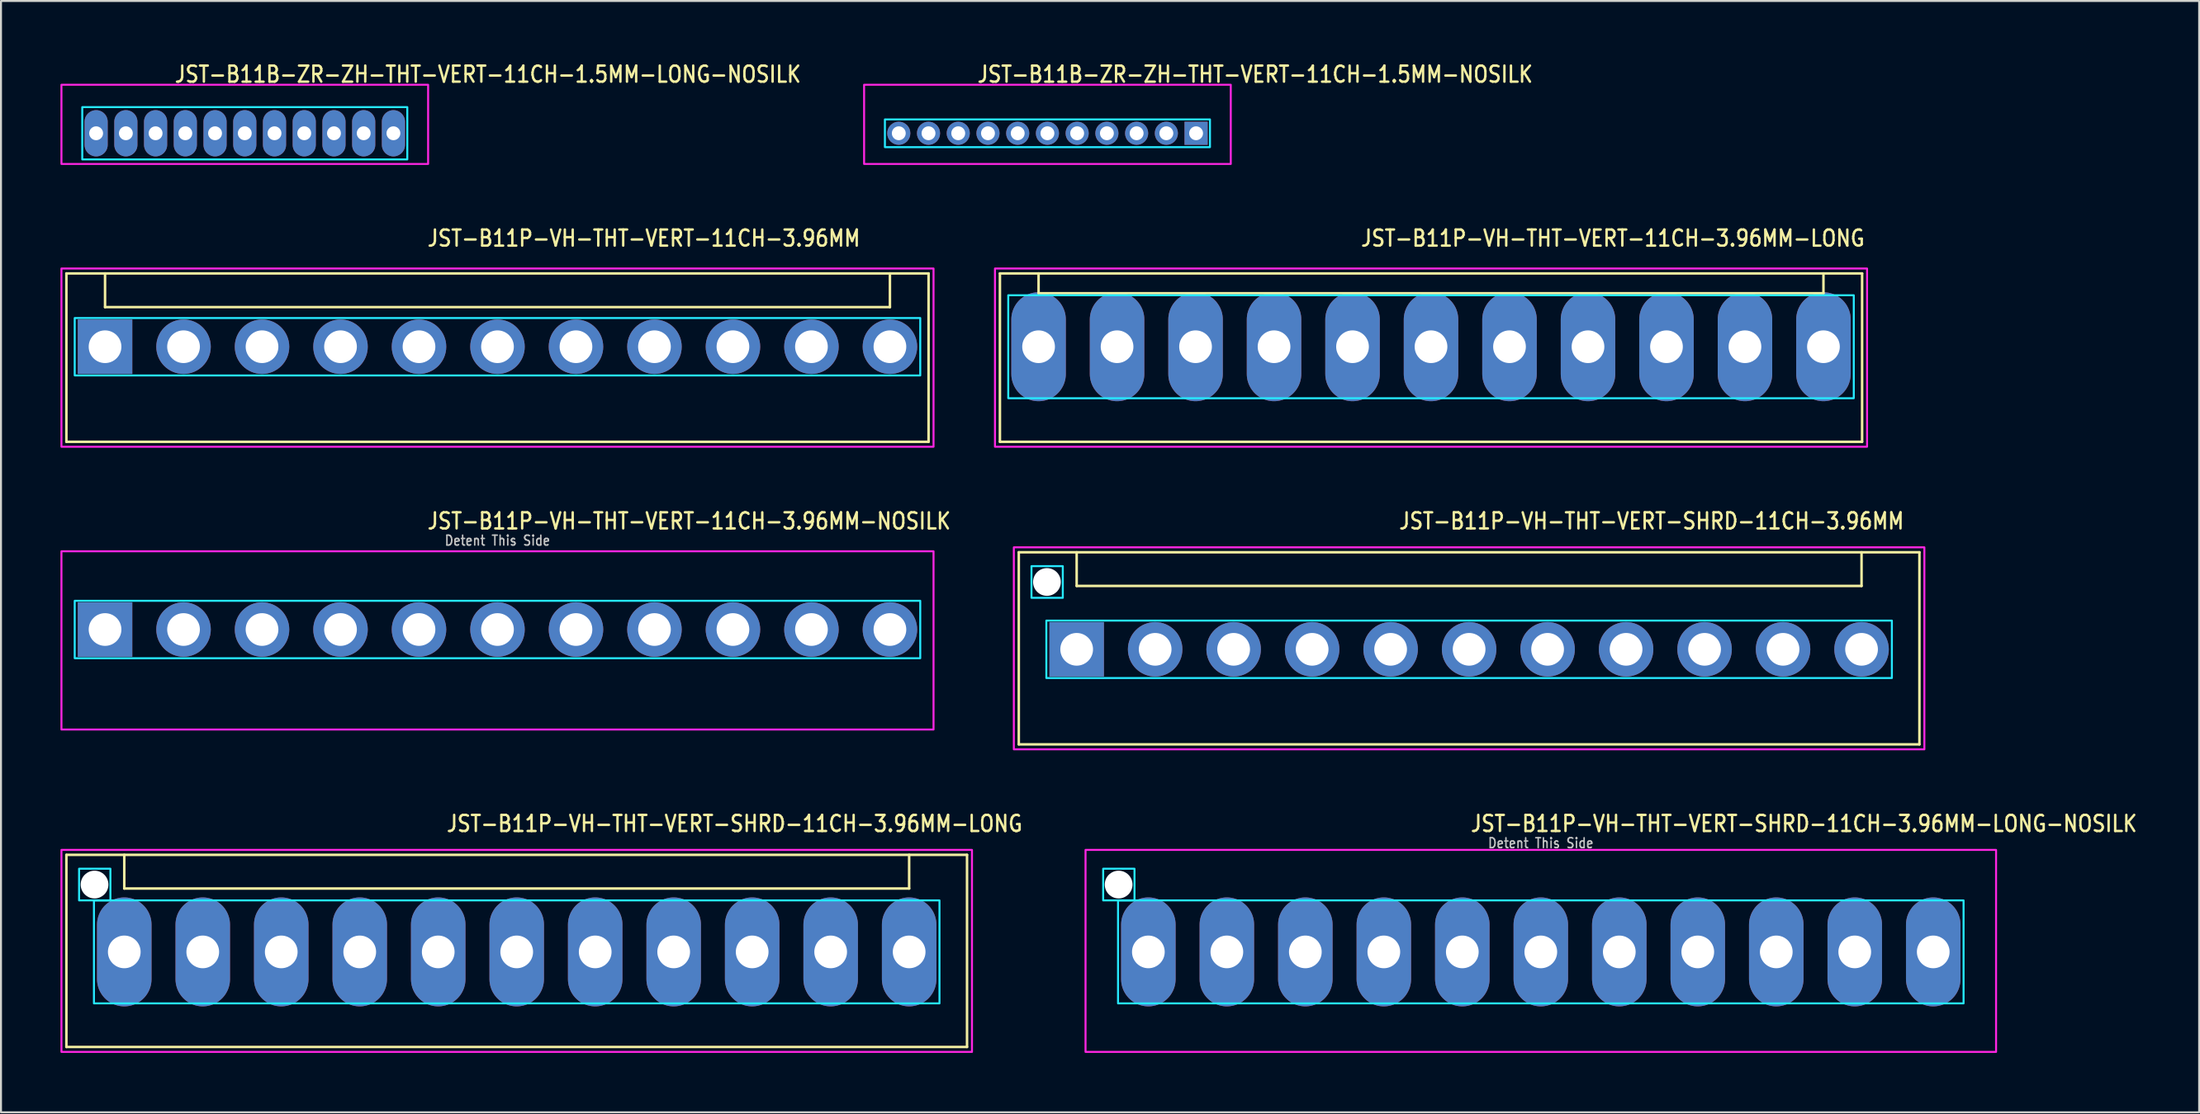
<source format=kicad_pcb>
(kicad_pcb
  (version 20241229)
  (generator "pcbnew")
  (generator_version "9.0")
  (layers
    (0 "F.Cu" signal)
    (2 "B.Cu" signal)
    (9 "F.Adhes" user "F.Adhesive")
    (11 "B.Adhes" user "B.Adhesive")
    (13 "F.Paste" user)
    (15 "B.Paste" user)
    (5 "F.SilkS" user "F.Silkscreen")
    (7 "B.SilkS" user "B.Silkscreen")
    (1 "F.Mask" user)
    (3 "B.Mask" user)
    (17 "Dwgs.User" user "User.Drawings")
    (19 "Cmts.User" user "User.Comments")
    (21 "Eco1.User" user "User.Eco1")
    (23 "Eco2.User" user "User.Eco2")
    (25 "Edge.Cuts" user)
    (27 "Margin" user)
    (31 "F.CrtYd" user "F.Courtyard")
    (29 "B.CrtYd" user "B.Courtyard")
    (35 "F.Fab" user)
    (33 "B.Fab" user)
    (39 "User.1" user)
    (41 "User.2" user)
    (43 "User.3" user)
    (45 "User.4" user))
  (footprint "JST-B11P-VH-THT-VERT-11CH-3.96MM"
    (layer "F.Cu")
    (at 22.05 14.457)
    (property "Reference" "JST-B11P-VH-THT-VERT-11CH-3.96MM" (at -3.6 -5 0) (unlocked yes) (layer "F.SilkS") (effects (font (size 0.813 0.695) (thickness 0.122)) (justify left bottom)))
    (fp_line (start -21.75 -3.7) (end 21.75 -3.7) (stroke (width 0.127) (type solid)) (layer "F.SilkS"))
    (fp_line (start -21.75 4.8) (end -21.75 -3.7) (stroke (width 0.127) (type solid)) (layer "F.SilkS"))
    (fp_line (start -21.75 4.8) (end 21.75 4.8) (stroke (width 0.127) (type solid)) (layer "F.SilkS"))
    (fp_line (start -19.8 -3.7) (end -19.8 -2) (stroke (width 0.127) (type solid)) (layer "F.SilkS"))
    (fp_line (start -19.8 -2) (end 19.8 -2) (stroke (width 0.127) (type solid)) (layer "F.SilkS"))
    (fp_line (start 19.8 -3.7) (end 19.8 -2) (stroke (width 0.127) (type solid)) (layer "F.SilkS"))
    (fp_line (start 21.75 -3.7) (end 21.75 4.8) (stroke (width 0.127) (type solid)) (layer "F.SilkS"))
    (fp_poly (pts (xy -21.33 -1.45) (xy -21.33 1.45) (xy 21.33 1.45) (xy 21.33 -1.45)) (stroke (width 0.1) (type solid)) (fill no) (layer "B.CrtYd"))
    (fp_poly (pts (xy -22 -3.95) (xy -22 5.05) (xy 22 5.05) (xy 22 -3.95)) (stroke (width 0.1) (type solid)) (fill no) (layer "F.CrtYd"))
    (pad "1" thru_hole rect (at -19.8 0) (size 2.75 2.75) (drill 1.65) (layers "*.Cu" "*.Mask"))
    (pad "2" thru_hole oval (at -15.84 0) (size 2.75 2.75) (drill 1.65) (layers "*.Cu" "*.Mask"))
    (pad "3" thru_hole oval (at -11.88 0) (size 2.75 2.75) (drill 1.65) (layers "*.Cu" "*.Mask"))
    (pad "4" thru_hole oval (at -7.92 0) (size 2.75 2.75) (drill 1.65) (layers "*.Cu" "*.Mask"))
    (pad "5" thru_hole oval (at -3.96 0) (size 2.75 2.75) (drill 1.65) (layers "*.Cu" "*.Mask"))
    (pad "6" thru_hole oval (at 0 0) (size 2.75 2.75) (drill 1.65) (layers "*.Cu" "*.Mask"))
    (pad "7" thru_hole oval (at 3.96 0) (size 2.75 2.75) (drill 1.65) (layers "*.Cu" "*.Mask"))
    (pad "8" thru_hole oval (at 7.92 0) (size 2.75 2.75) (drill 1.65) (layers "*.Cu" "*.Mask"))
    (pad "9" thru_hole oval (at 11.88 0) (size 2.75 2.75) (drill 1.65) (layers "*.Cu" "*.Mask"))
    (pad "10" thru_hole oval (at 15.84 0) (size 2.75 2.75) (drill 1.65) (layers "*.Cu" "*.Mask"))
    (pad "11" thru_hole oval (at 19.8 0) (size 2.75 2.75) (drill 1.65) (layers "*.Cu" "*.Mask")))
  (footprint "JST-B11P-VH-THT-VERT-11CH-3.96MM-NOSILK"
    (layer "F.Cu")
    (at 22.05 28.736)
    (property "Reference" "JST-B11P-VH-THT-VERT-11CH-3.96MM-NOSILK" (at -3.6 -5 0) (unlocked yes) (layer "F.SilkS") (effects (font (size 0.813 0.695) (thickness 0.122)) (justify left bottom)))
    (fp_poly (pts (xy -21.33 -1.45) (xy -21.33 1.45) (xy 21.33 1.45) (xy 21.33 -1.45)) (stroke (width 0.1) (type solid)) (fill no) (layer "B.CrtYd"))
    (fp_poly (pts (xy -22 -3.95) (xy -22 5.05) (xy 22 5.05) (xy 22 -3.95)) (stroke (width 0.1) (type solid)) (fill no) (layer "F.CrtYd"))
    (fp_text user "Detent This Side" (at 0 -4.2 0) (unlocked yes) (layer "Dwgs.User") (effects (font (size 0.5 0.427) (thickness 0.075)) (justify bottom)))
    (pad "1" thru_hole rect (at -19.8 0) (size 2.75 2.75) (drill 1.65) (layers "*.Cu" "*.Mask"))
    (pad "2" thru_hole oval (at -15.84 0) (size 2.75 2.75) (drill 1.65) (layers "*.Cu" "*.Mask"))
    (pad "3" thru_hole oval (at -11.88 0) (size 2.75 2.75) (drill 1.65) (layers "*.Cu" "*.Mask"))
    (pad "4" thru_hole oval (at -7.92 0) (size 2.75 2.75) (drill 1.65) (layers "*.Cu" "*.Mask"))
    (pad "5" thru_hole oval (at -3.96 0) (size 2.75 2.75) (drill 1.65) (layers "*.Cu" "*.Mask"))
    (pad "6" thru_hole oval (at 0 0) (size 2.75 2.75) (drill 1.65) (layers "*.Cu" "*.Mask"))
    (pad "7" thru_hole oval (at 3.96 0) (size 2.75 2.75) (drill 1.65) (layers "*.Cu" "*.Mask"))
    (pad "8" thru_hole oval (at 7.92 0) (size 2.75 2.75) (drill 1.65) (layers "*.Cu" "*.Mask"))
    (pad "9" thru_hole oval (at 11.88 0) (size 2.75 2.75) (drill 1.65) (layers "*.Cu" "*.Mask"))
    (pad "10" thru_hole oval (at 15.84 0) (size 2.75 2.75) (drill 1.65) (layers "*.Cu" "*.Mask"))
    (pad "11" thru_hole oval (at 19.8 0) (size 2.75 2.75) (drill 1.65) (layers "*.Cu" "*.Mask")))
  (footprint "JST-B11B-ZR-ZH-THT-VERT-11CH-1.5MM-LONG-NOSILK"
    (layer "F.Cu")
    (at 9.3 3.679)
    (property "Reference" "JST-B11B-ZR-ZH-THT-VERT-11CH-1.5MM-LONG-NOSILK" (at -3.6 -2.5 0) (unlocked yes) (layer "F.SilkS") (effects (font (size 0.813 0.695) (thickness 0.122)) (justify left bottom)))
    (fp_poly (pts (xy -8.2 -1.32) (xy -8.2 1.32) (xy 8.2 1.32) (xy 8.2 -1.32)) (stroke (width 0.1) (type solid)) (fill no) (layer "B.CrtYd"))
    (fp_poly (pts (xy -9.25 -2.45) (xy -9.25 1.55) (xy 9.25 1.55) (xy 9.25 -2.45)) (stroke (width 0.1) (type solid)) (fill no) (layer "F.CrtYd"))
    (pad "1" thru_hole oval (at 7.5 0 90) (size 2.333 1.167) (drill 0.7) (layers "*.Cu" "*.Mask"))
    (pad "2" thru_hole oval (at 6 0 90) (size 2.333 1.167) (drill 0.7) (layers "*.Cu" "*.Mask"))
    (pad "3" thru_hole oval (at 4.5 0 90) (size 2.333 1.167) (drill 0.7) (layers "*.Cu" "*.Mask"))
    (pad "4" thru_hole oval (at 3 0 90) (size 2.333 1.167) (drill 0.7) (layers "*.Cu" "*.Mask"))
    (pad "5" thru_hole oval (at 1.5 0 90) (size 2.333 1.167) (drill 0.7) (layers "*.Cu" "*.Mask"))
    (pad "6" thru_hole oval (at 0 0 90) (size 2.333 1.167) (drill 0.7) (layers "*.Cu" "*.Mask"))
    (pad "7" thru_hole oval (at -1.5 0 90) (size 2.333 1.167) (drill 0.7) (layers "*.Cu" "*.Mask"))
    (pad "8" thru_hole oval (at -3 0 90) (size 2.333 1.167) (drill 0.7) (layers "*.Cu" "*.Mask"))
    (pad "9" thru_hole oval (at -4.5 0 90) (size 2.333 1.167) (drill 0.7) (layers "*.Cu" "*.Mask"))
    (pad "10" thru_hole oval (at -6 0 90) (size 2.333 1.167) (drill 0.7) (layers "*.Cu" "*.Mask"))
    (pad "11" thru_hole oval (at -7.5 0 90) (size 2.333 1.167) (drill 0.7) (layers "*.Cu" "*.Mask")))
  (footprint "JST-B11P-VH-THT-VERT-11CH-3.96MM-LONG"
    (layer "F.Cu")
    (at 69.15 14.457)
    (property "Reference" "JST-B11P-VH-THT-VERT-11CH-3.96MM-LONG" (at -3.6 -5 0) (unlocked yes) (layer "F.SilkS") (effects (font (size 0.813 0.695) (thickness 0.122)) (justify left bottom)))
    (fp_line (start -21.75 -3.7) (end 21.75 -3.7) (stroke (width 0.127) (type solid)) (layer "F.SilkS"))
    (fp_line (start -21.75 4.8) (end -21.75 -3.7) (stroke (width 0.127) (type solid)) (layer "F.SilkS"))
    (fp_line (start -21.75 4.8) (end 21.75 4.8) (stroke (width 0.127) (type solid)) (layer "F.SilkS"))
    (fp_line (start -19.8 -3.7) (end -19.8 -2.7) (stroke (width 0.127) (type solid)) (layer "F.SilkS"))
    (fp_line (start -19.8 -2.7) (end 19.8 -2.7) (stroke (width 0.127) (type solid)) (layer "F.SilkS"))
    (fp_line (start 19.8 -3.7) (end 19.8 -2.7) (stroke (width 0.127) (type solid)) (layer "F.SilkS"))
    (fp_line (start 21.75 -3.7) (end 21.75 4.8) (stroke (width 0.127) (type solid)) (layer "F.SilkS"))
    (fp_poly (pts (xy -21.33 -2.6) (xy -21.33 2.6) (xy 21.33 2.6) (xy 21.33 -2.6)) (stroke (width 0.1) (type solid)) (fill no) (layer "B.CrtYd"))
    (fp_poly (pts (xy -22 -3.95) (xy -22 5.05) (xy 22 5.05) (xy 22 -3.95)) (stroke (width 0.1) (type solid)) (fill no) (layer "F.CrtYd"))
    (pad "P$1" thru_hole oval (at -19.8 0 90) (size 5.5 2.75) (drill 1.65) (layers "*.Cu" "*.Mask"))
    (pad "P$2" thru_hole oval (at -15.84 0 90) (size 5.5 2.75) (drill 1.65) (layers "*.Cu" "*.Mask"))
    (pad "P$3" thru_hole oval (at -11.88 0 90) (size 5.5 2.75) (drill 1.65) (layers "*.Cu" "*.Mask"))
    (pad "P$4" thru_hole oval (at -7.92 0 90) (size 5.5 2.75) (drill 1.65) (layers "*.Cu" "*.Mask"))
    (pad "P$5" thru_hole oval (at -3.96 0 90) (size 5.5 2.75) (drill 1.65) (layers "*.Cu" "*.Mask"))
    (pad "P$6" thru_hole oval (at 0 0 90) (size 5.5 2.75) (drill 1.65) (layers "*.Cu" "*.Mask"))
    (pad "P$7" thru_hole oval (at 3.96 0 90) (size 5.5 2.75) (drill 1.65) (layers "*.Cu" "*.Mask"))
    (pad "P$8" thru_hole oval (at 7.92 0 90) (size 5.5 2.75) (drill 1.65) (layers "*.Cu" "*.Mask"))
    (pad "P$9" thru_hole oval (at 11.88 0 90) (size 5.5 2.75) (drill 1.65) (layers "*.Cu" "*.Mask"))
    (pad "P$10" thru_hole oval (at 15.84 0 90) (size 5.5 2.75) (drill 1.65) (layers "*.Cu" "*.Mask"))
    (pad "P$11" thru_hole oval (at 19.8 0 90) (size 5.5 2.75) (drill 1.65) (layers "*.Cu" "*.Mask")))
  (footprint "JST-B11B-ZR-ZH-THT-VERT-11CH-1.5MM-NOSILK"
    (layer "F.Cu")
    (at 49.797 3.679)
    (property "Reference" "JST-B11B-ZR-ZH-THT-VERT-11CH-1.5MM-NOSILK" (at -3.6 -2.5 0) (unlocked yes) (layer "F.SilkS") (effects (font (size 0.813 0.695) (thickness 0.122)) (justify left bottom)))
    (fp_poly (pts (xy -8.2 -0.7) (xy -8.2 0.7) (xy 8.2 0.7) (xy 8.2 -0.7)) (stroke (width 0.1) (type solid)) (fill no) (layer "B.CrtYd"))
    (fp_poly (pts (xy -9.25 -2.45) (xy -9.25 1.55) (xy 9.25 1.55) (xy 9.25 -2.45)) (stroke (width 0.1) (type solid)) (fill no) (layer "F.CrtYd"))
    (pad "1" thru_hole rect (at 7.5 0) (size 1.167 1.167) (drill 0.7) (layers "*.Cu" "*.Mask"))
    (pad "2" thru_hole oval (at 6 0) (size 1.167 1.167) (drill 0.7) (layers "*.Cu" "*.Mask"))
    (pad "3" thru_hole oval (at 4.5 0) (size 1.167 1.167) (drill 0.7) (layers "*.Cu" "*.Mask"))
    (pad "4" thru_hole oval (at 3 0) (size 1.167 1.167) (drill 0.7) (layers "*.Cu" "*.Mask"))
    (pad "5" thru_hole oval (at 1.5 0) (size 1.167 1.167) (drill 0.7) (layers "*.Cu" "*.Mask"))
    (pad "6" thru_hole oval (at 0 0) (size 1.167 1.167) (drill 0.7) (layers "*.Cu" "*.Mask"))
    (pad "7" thru_hole oval (at -1.5 0) (size 1.167 1.167) (drill 0.7) (layers "*.Cu" "*.Mask"))
    (pad "8" thru_hole oval (at -3 0) (size 1.167 1.167) (drill 0.7) (layers "*.Cu" "*.Mask"))
    (pad "9" thru_hole oval (at -4.5 0) (size 1.167 1.167) (drill 0.7) (layers "*.Cu" "*.Mask"))
    (pad "10" thru_hole oval (at -6 0) (size 1.167 1.167) (drill 0.7) (layers "*.Cu" "*.Mask"))
    (pad "11" thru_hole oval (at -7.5 0) (size 1.167 1.167) (drill 0.7) (layers "*.Cu" "*.Mask")))
  (footprint "JST-B11P-VH-THT-VERT-SHRD-11CH-3.96MM-LONG-NOSILK"
    (layer "F.Cu")
    (at 74.689 45.014)
    (property "Reference" "JST-B11P-VH-THT-VERT-SHRD-11CH-3.96MM-LONG-NOSILK" (at -3.6 -6 0) (unlocked yes) (layer "F.SilkS") (effects (font (size 0.813 0.695) (thickness 0.122)) (justify left bottom)))
    (fp_poly (pts (xy -21.33 -2.6) (xy -21.33 2.6) (xy 21.33 2.6) (xy 21.33 -2.6)) (stroke (width 0.1) (type solid)) (fill no) (layer "B.CrtYd"))
    (fp_poly (pts (xy -20.5 -4.2) (xy -20.5 -2.6) (xy -22.08 -2.6) (xy -22.08 -4.2)) (stroke (width 0.1) (type solid)) (fill no) (layer "B.CrtYd"))
    (fp_poly (pts (xy -22.97 -5.15) (xy -22.97 5.05) (xy 22.97 5.05) (xy 22.97 -5.15)) (stroke (width 0.1) (type solid)) (fill no) (layer "F.CrtYd"))
    (fp_text user "Detent This Side" (at 0 -5.2 0) (unlocked yes) (layer "Dwgs.User") (effects (font (size 0.5 0.427) (thickness 0.075)) (justify bottom)))
    (pad "" np_thru_hole circle (at -21.3 -3.4) (size 1.4 1.4) (drill 1.4) (layers "*.Cu" "*.Mask"))
    (pad "1" thru_hole oval (at -19.8 0 90) (size 5.5 2.75) (drill 1.65) (layers "*.Cu" "*.Mask"))
    (pad "2" thru_hole oval (at -15.84 0 90) (size 5.5 2.75) (drill 1.65) (layers "*.Cu" "*.Mask"))
    (pad "3" thru_hole oval (at -11.88 0 90) (size 5.5 2.75) (drill 1.65) (layers "*.Cu" "*.Mask"))
    (pad "4" thru_hole oval (at -7.92 0 90) (size 5.5 2.75) (drill 1.65) (layers "*.Cu" "*.Mask"))
    (pad "5" thru_hole oval (at -3.96 0 90) (size 5.5 2.75) (drill 1.65) (layers "*.Cu" "*.Mask"))
    (pad "6" thru_hole oval (at 0 0 90) (size 5.5 2.75) (drill 1.65) (layers "*.Cu" "*.Mask"))
    (pad "7" thru_hole oval (at 3.96 0 90) (size 5.5 2.75) (drill 1.65) (layers "*.Cu" "*.Mask"))
    (pad "8" thru_hole oval (at 7.92 0 90) (size 5.5 2.75) (drill 1.65) (layers "*.Cu" "*.Mask"))
    (pad "9" thru_hole oval (at 11.88 0 90) (size 5.5 2.75) (drill 1.65) (layers "*.Cu" "*.Mask"))
    (pad "10" thru_hole oval (at 15.84 0 90) (size 5.5 2.75) (drill 1.65) (layers "*.Cu" "*.Mask"))
    (pad "11" thru_hole oval (at 19.8 0 90) (size 5.5 2.75) (drill 1.65) (layers "*.Cu" "*.Mask")))
  (footprint "JST-B11P-VH-THT-VERT-SHRD-11CH-3.96MM-LONG"
    (layer "F.Cu")
    (at 23.02 45.014)
    (property "Reference" "JST-B11P-VH-THT-VERT-SHRD-11CH-3.96MM-LONG" (at -3.6 -6 0) (unlocked yes) (layer "F.SilkS") (effects (font (size 0.813 0.695) (thickness 0.122)) (justify left bottom)))
    (fp_line (start -22.72 -4.9) (end 22.72 -4.9) (stroke (width 0.127) (type solid)) (layer "F.SilkS"))
    (fp_line (start -22.72 4.8) (end -22.72 -4.9) (stroke (width 0.127) (type solid)) (layer "F.SilkS"))
    (fp_line (start -22.72 4.8) (end 22.72 4.8) (stroke (width 0.127) (type solid)) (layer "F.SilkS"))
    (fp_line (start -19.8 -4.9) (end -19.8 -3.2) (stroke (width 0.127) (type solid)) (layer "F.SilkS"))
    (fp_line (start -19.8 -3.2) (end 19.8 -3.2) (stroke (width 0.127) (type solid)) (layer "F.SilkS"))
    (fp_line (start 19.8 -4.9) (end 19.8 -3.2) (stroke (width 0.127) (type solid)) (layer "F.SilkS"))
    (fp_line (start 22.72 -4.9) (end 22.72 4.8) (stroke (width 0.127) (type solid)) (layer "F.SilkS"))
    (fp_poly (pts (xy -21.33 -2.6) (xy -21.33 2.6) (xy 21.33 2.6) (xy 21.33 -2.6)) (stroke (width 0.1) (type solid)) (fill no) (layer "B.CrtYd"))
    (fp_poly (pts (xy -20.5 -4.2) (xy -20.5 -2.6) (xy -22.08 -2.6) (xy -22.08 -4.2)) (stroke (width 0.1) (type solid)) (fill no) (layer "B.CrtYd"))
    (fp_poly (pts (xy -22.97 -5.15) (xy -22.97 5.05) (xy 22.97 5.05) (xy 22.97 -5.15)) (stroke (width 0.1) (type solid)) (fill no) (layer "F.CrtYd"))
    (pad "" np_thru_hole circle (at -21.3 -3.4) (size 1.4 1.4) (drill 1.4) (layers "*.Cu" "*.Mask"))
    (pad "1" thru_hole oval (at -19.8 0 90) (size 5.5 2.75) (drill 1.65) (layers "*.Cu" "*.Mask"))
    (pad "2" thru_hole oval (at -15.84 0 90) (size 5.5 2.75) (drill 1.65) (layers "*.Cu" "*.Mask"))
    (pad "3" thru_hole oval (at -11.88 0 90) (size 5.5 2.75) (drill 1.65) (layers "*.Cu" "*.Mask"))
    (pad "4" thru_hole oval (at -7.92 0 90) (size 5.5 2.75) (drill 1.65) (layers "*.Cu" "*.Mask"))
    (pad "5" thru_hole oval (at -3.96 0 90) (size 5.5 2.75) (drill 1.65) (layers "*.Cu" "*.Mask"))
    (pad "6" thru_hole oval (at 0 0 90) (size 5.5 2.75) (drill 1.65) (layers "*.Cu" "*.Mask"))
    (pad "7" thru_hole oval (at 3.96 0 90) (size 5.5 2.75) (drill 1.65) (layers "*.Cu" "*.Mask"))
    (pad "8" thru_hole oval (at 7.92 0 90) (size 5.5 2.75) (drill 1.65) (layers "*.Cu" "*.Mask"))
    (pad "9" thru_hole oval (at 11.88 0 90) (size 5.5 2.75) (drill 1.65) (layers "*.Cu" "*.Mask"))
    (pad "10" thru_hole oval (at 15.84 0 90) (size 5.5 2.75) (drill 1.65) (layers "*.Cu" "*.Mask"))
    (pad "11" thru_hole oval (at 19.8 0 90) (size 5.5 2.75) (drill 1.65) (layers "*.Cu" "*.Mask")))
  (footprint "JST-B11P-VH-THT-VERT-SHRD-11CH-3.96MM"
    (layer "F.Cu")
    (at 71.072 29.736)
    (property "Reference" "JST-B11P-VH-THT-VERT-SHRD-11CH-3.96MM" (at -3.6 -6 0) (unlocked yes) (layer "F.SilkS") (effects (font (size 0.813 0.695) (thickness 0.122)) (justify left bottom)))
    (fp_line (start -22.72 -4.9) (end 22.72 -4.9) (stroke (width 0.127) (type solid)) (layer "F.SilkS"))
    (fp_line (start -22.72 4.8) (end -22.72 -4.9) (stroke (width 0.127) (type solid)) (layer "F.SilkS"))
    (fp_line (start -22.72 4.8) (end 22.72 4.8) (stroke (width 0.127) (type solid)) (layer "F.SilkS"))
    (fp_line (start -19.8 -4.9) (end -19.8 -3.2) (stroke (width 0.127) (type solid)) (layer "F.SilkS"))
    (fp_line (start -19.8 -3.2) (end 19.8 -3.2) (stroke (width 0.127) (type solid)) (layer "F.SilkS"))
    (fp_line (start 19.8 -4.9) (end 19.8 -3.2) (stroke (width 0.127) (type solid)) (layer "F.SilkS"))
    (fp_line (start 22.72 -4.9) (end 22.72 4.8) (stroke (width 0.127) (type solid)) (layer "F.SilkS"))
    (fp_poly (pts (xy -21.33 -1.45) (xy -21.33 1.45) (xy 21.33 1.45) (xy 21.33 -1.45)) (stroke (width 0.1) (type solid)) (fill no) (layer "B.CrtYd"))
    (fp_poly (pts (xy -20.5 -4.2) (xy -20.5 -2.6) (xy -22.08 -2.6) (xy -22.08 -4.2)) (stroke (width 0.1) (type solid)) (fill no) (layer "B.CrtYd"))
    (fp_poly (pts (xy -22.97 -5.15) (xy -22.97 5.05) (xy 22.97 5.05) (xy 22.97 -5.15)) (stroke (width 0.1) (type solid)) (fill no) (layer "F.CrtYd"))
    (pad "" np_thru_hole circle (at -21.3 -3.4) (size 1.4 1.4) (drill 1.4) (layers "*.Cu" "*.Mask"))
    (pad "P$1" thru_hole rect (at -19.8 0) (size 2.75 2.75) (drill 1.65) (layers "*.Cu" "*.Mask"))
    (pad "P$2" thru_hole oval (at -15.84 0) (size 2.75 2.75) (drill 1.65) (layers "*.Cu" "*.Mask"))
    (pad "P$3" thru_hole oval (at -11.88 0) (size 2.75 2.75) (drill 1.65) (layers "*.Cu" "*.Mask"))
    (pad "P$4" thru_hole oval (at -7.92 0) (size 2.75 2.75) (drill 1.65) (layers "*.Cu" "*.Mask"))
    (pad "P$5" thru_hole oval (at -3.96 0) (size 2.75 2.75) (drill 1.65) (layers "*.Cu" "*.Mask"))
    (pad "P$6" thru_hole oval (at 0 0) (size 2.75 2.75) (drill 1.65) (layers "*.Cu" "*.Mask"))
    (pad "P$7" thru_hole oval (at 3.96 0) (size 2.75 2.75) (drill 1.65) (layers "*.Cu" "*.Mask"))
    (pad "P$8" thru_hole oval (at 7.92 0) (size 2.75 2.75) (drill 1.65) (layers "*.Cu" "*.Mask"))
    (pad "P$9" thru_hole oval (at 11.88 0) (size 2.75 2.75) (drill 1.65) (layers "*.Cu" "*.Mask"))
    (pad "P$10" thru_hole oval (at 15.84 0) (size 2.75 2.75) (drill 1.65) (layers "*.Cu" "*.Mask"))
    (pad "P$11" thru_hole oval (at 19.8 0) (size 2.75 2.75) (drill 1.65) (layers "*.Cu" "*.Mask")))
  (gr_rect
    (start -3 -3)
    (end 107.905 53.114)
    (stroke (width 0.1) (type default))
    (fill no)
    (layer "Edge.Cuts")))
</source>
